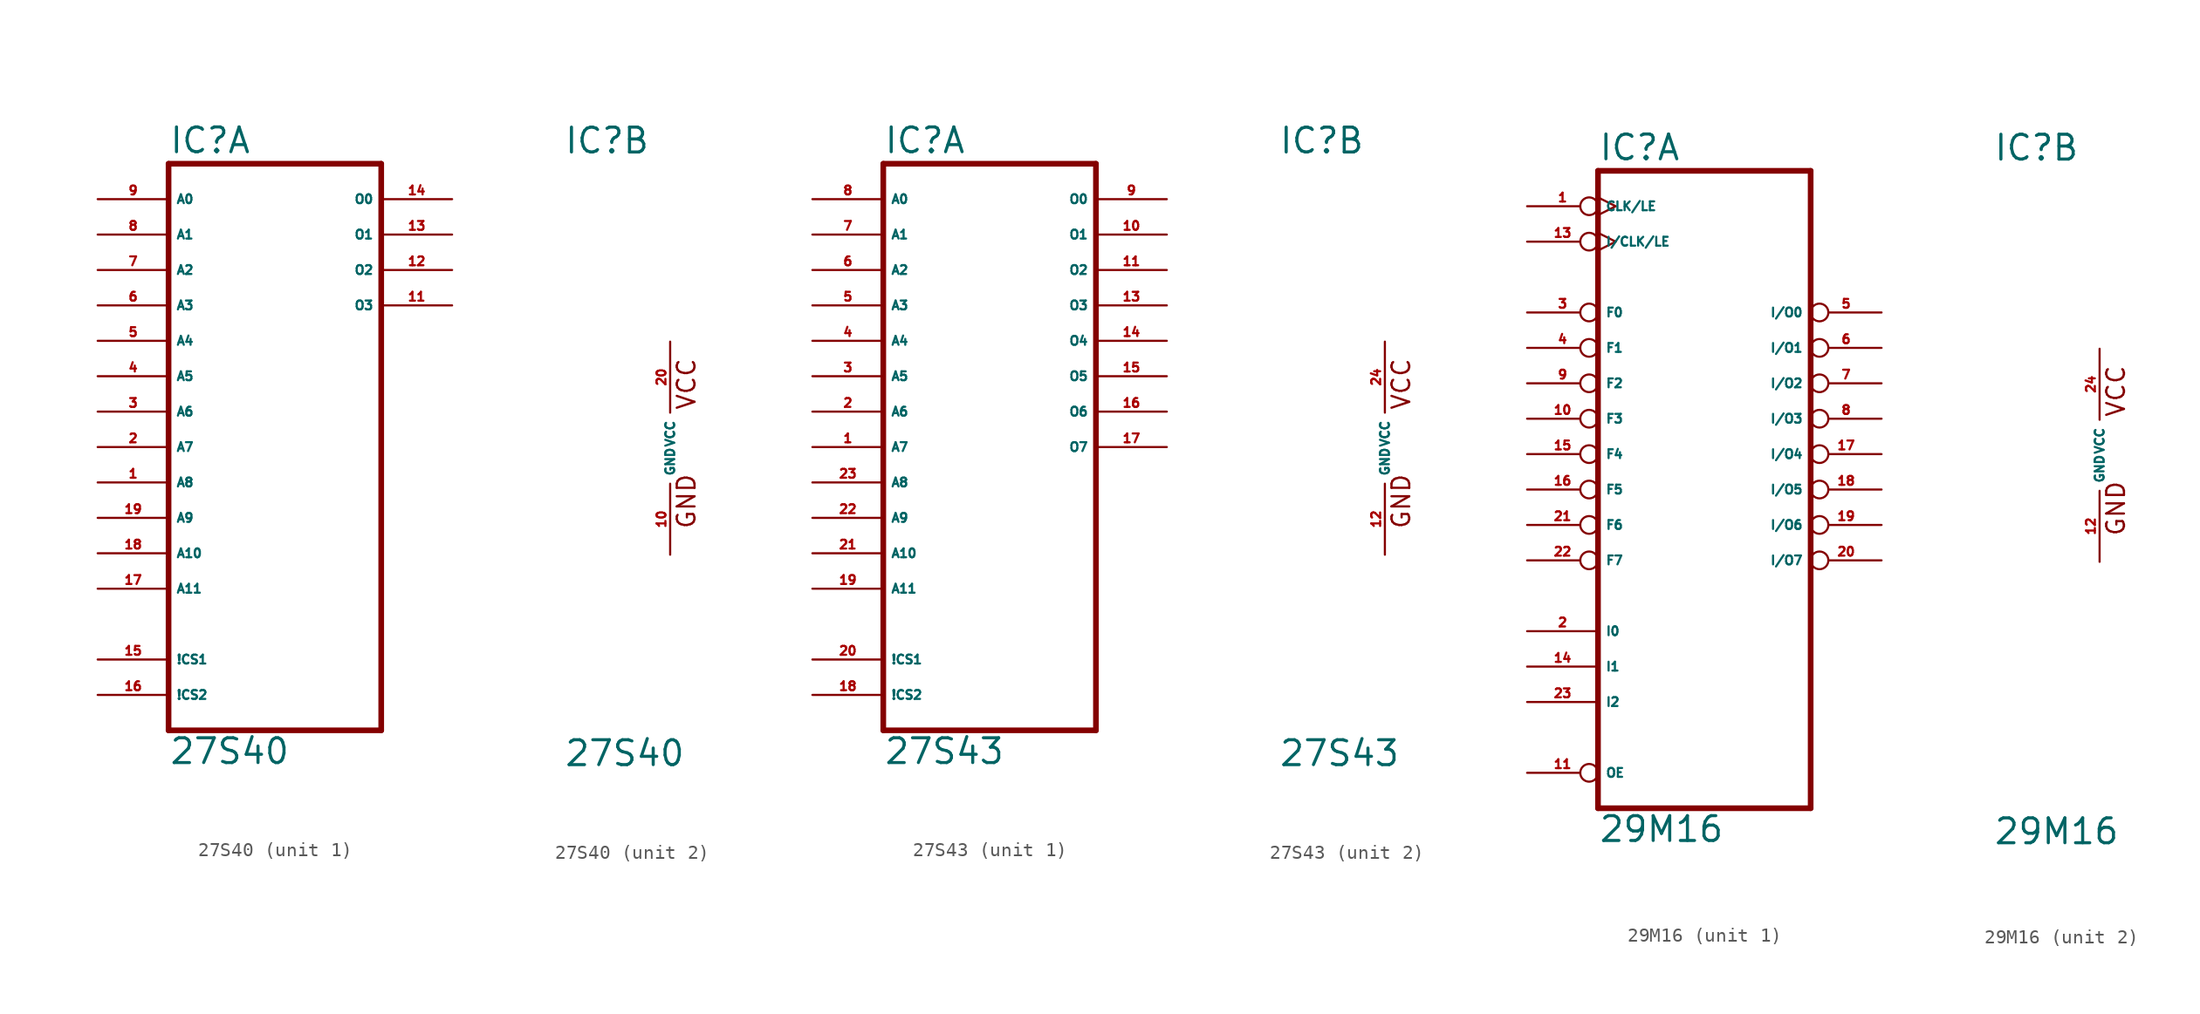
<source format=kicad_sym>
(kicad_symbol_lib
  (version 20220914)
  (generator Eagle2Kicad)
  (symbol "27S40"
    (property "Reference" "IC"
      (at -7.62 20.955 0)
      (effects (font (size 1.778 1.778) (thickness 0.22)) (justify left bottom)))
    (property "Value" "27S40"
      (at -7.62 -22.86 0)
      (effects (font (size 1.778 1.778) (thickness 0.22)) (justify left bottom)))
    (symbol "27S40_1_0"
      (polyline (pts (xy -7.62 -20.32) (xy 7.62 -20.32)) (stroke (width 0.406) (type default)) (fill (type none)))
      (polyline (pts (xy 7.62 -20.32) (xy 7.62 20.32)) (stroke (width 0.406) (type default)) (fill (type none)))
      (polyline (pts (xy 7.62 20.32) (xy -7.62 20.32)) (stroke (width 0.406) (type default)) (fill (type none)))
      (polyline (pts (xy -7.62 20.32) (xy -7.62 -20.32)) (stroke (width 0.406) (type default)) (fill (type none)))
      (pin input line (at -12.7 -2.54 0) (length 5.08) (name "A8" (effects (font (size 0.635 0.635) (thickness 0.08)) (justify left bottom))) (number "1" (effects (font (size 0.635 0.635) (thickness 0.08)) (justify left bottom))))
      (pin input line (at -12.7 0 0) (length 5.08) (name "A7" (effects (font (size 0.635 0.635) (thickness 0.08)) (justify left bottom))) (number "2" (effects (font (size 0.635 0.635) (thickness 0.08)) (justify left bottom))))
      (pin input line (at -12.7 2.54 0) (length 5.08) (name "A6" (effects (font (size 0.635 0.635) (thickness 0.08)) (justify left bottom))) (number "3" (effects (font (size 0.635 0.635) (thickness 0.08)) (justify left bottom))))
      (pin input line (at -12.7 5.08 0) (length 5.08) (name "A5" (effects (font (size 0.635 0.635) (thickness 0.08)) (justify left bottom))) (number "4" (effects (font (size 0.635 0.635) (thickness 0.08)) (justify left bottom))))
      (pin input line (at -12.7 7.62 0) (length 5.08) (name "A4" (effects (font (size 0.635 0.635) (thickness 0.08)) (justify left bottom))) (number "5" (effects (font (size 0.635 0.635) (thickness 0.08)) (justify left bottom))))
      (pin input line (at -12.7 10.16 0) (length 5.08) (name "A3" (effects (font (size 0.635 0.635) (thickness 0.08)) (justify left bottom))) (number "6" (effects (font (size 0.635 0.635) (thickness 0.08)) (justify left bottom))))
      (pin input line (at -12.7 12.7 0) (length 5.08) (name "A2" (effects (font (size 0.635 0.635) (thickness 0.08)) (justify left bottom))) (number "7" (effects (font (size 0.635 0.635) (thickness 0.08)) (justify left bottom))))
      (pin input line (at -12.7 15.24 0) (length 5.08) (name "A1" (effects (font (size 0.635 0.635) (thickness 0.08)) (justify left bottom))) (number "8" (effects (font (size 0.635 0.635) (thickness 0.08)) (justify left bottom))))
      (pin input line (at -12.7 17.78 0) (length 5.08) (name "A0" (effects (font (size 0.635 0.635) (thickness 0.08)) (justify left bottom))) (number "9" (effects (font (size 0.635 0.635) (thickness 0.08)) (justify left bottom))))
      (pin open_collector line (at 12.7 10.16 180) (length 5.08) (name "O3" (effects (font (size 0.635 0.635) (thickness 0.08)) (justify left bottom))) (number "11" (effects (font (size 0.635 0.635) (thickness 0.08)) (justify left bottom))))
      (pin open_collector line (at 12.7 12.7 180) (length 5.08) (name "O2" (effects (font (size 0.635 0.635) (thickness 0.08)) (justify left bottom))) (number "12" (effects (font (size 0.635 0.635) (thickness 0.08)) (justify left bottom))))
      (pin open_collector line (at 12.7 15.24 180) (length 5.08) (name "O1" (effects (font (size 0.635 0.635) (thickness 0.08)) (justify left bottom))) (number "13" (effects (font (size 0.635 0.635) (thickness 0.08)) (justify left bottom))))
      (pin open_collector line (at 12.7 17.78 180) (length 5.08) (name "O0" (effects (font (size 0.635 0.635) (thickness 0.08)) (justify left bottom))) (number "14" (effects (font (size 0.635 0.635) (thickness 0.08)) (justify left bottom))))
      (pin input line (at -12.7 -15.24 0) (length 5.08) (name "!CS1" (effects (font (size 0.635 0.635) (thickness 0.08)) (justify left bottom))) (number "15" (effects (font (size 0.635 0.635) (thickness 0.08)) (justify left bottom))))
      (pin input line (at -12.7 -17.78 0) (length 5.08) (name "!CS2" (effects (font (size 0.635 0.635) (thickness 0.08)) (justify left bottom))) (number "16" (effects (font (size 0.635 0.635) (thickness 0.08)) (justify left bottom))))
      (pin input line (at -12.7 -10.16 0) (length 5.08) (name "A11" (effects (font (size 0.635 0.635) (thickness 0.08)) (justify left bottom))) (number "17" (effects (font (size 0.635 0.635) (thickness 0.08)) (justify left bottom))))
      (pin input line (at -12.7 -7.62 0) (length 5.08) (name "A10" (effects (font (size 0.635 0.635) (thickness 0.08)) (justify left bottom))) (number "18" (effects (font (size 0.635 0.635) (thickness 0.08)) (justify left bottom))))
      (pin input line (at -12.7 -5.08 0) (length 5.08) (name "A9" (effects (font (size 0.635 0.635) (thickness 0.08)) (justify left bottom))) (number "19" (effects (font (size 0.635 0.635) (thickness 0.08)) (justify left bottom)))))
    (symbol "27S40_2_0"
      (text "GND" (at 1.905 -5.842 900) (effects (font (size 1.27 1.27) (thickness 0.16)) (justify left bottom)))
      (text "VCC" (at 1.905 2.667 900) (effects (font (size 1.27 1.27) (thickness 0.16)) (justify left bottom)))
      (pin unspecified line (at 0 -7.62 90) (length 5.08) (name "GND" (effects (font (size 0.635 0.635) (thickness 0.08)) (justify left bottom))) (number "10" (effects (font (size 0.635 0.635) (thickness 0.08)) (justify left bottom))))
      (pin unspecified line (at 0 7.62 270) (length 5.08) (name "VCC" (effects (font (size 0.635 0.635) (thickness 0.08)) (justify left bottom))) (number "20" (effects (font (size 0.635 0.635) (thickness 0.08)) (justify left bottom))))))
  (symbol "27S43"
    (property "Reference" "IC"
      (at -7.62 20.955 0)
      (effects (font (size 1.778 1.778) (thickness 0.22)) (justify left bottom)))
    (property "Value" "27S43"
      (at -7.62 -22.86 0)
      (effects (font (size 1.778 1.778) (thickness 0.22)) (justify left bottom)))
    (symbol "27S43_1_0"
      (polyline (pts (xy -7.62 -20.32) (xy 7.62 -20.32)) (stroke (width 0.406) (type default)) (fill (type none)))
      (polyline (pts (xy 7.62 -20.32) (xy 7.62 20.32)) (stroke (width 0.406) (type default)) (fill (type none)))
      (polyline (pts (xy 7.62 20.32) (xy -7.62 20.32)) (stroke (width 0.406) (type default)) (fill (type none)))
      (polyline (pts (xy -7.62 20.32) (xy -7.62 -20.32)) (stroke (width 0.406) (type default)) (fill (type none)))
      (pin input line (at -12.7 0 0) (length 5.08) (name "A7" (effects (font (size 0.635 0.635) (thickness 0.08)) (justify left bottom))) (number "1" (effects (font (size 0.635 0.635) (thickness 0.08)) (justify left bottom))))
      (pin input line (at -12.7 2.54 0) (length 5.08) (name "A6" (effects (font (size 0.635 0.635) (thickness 0.08)) (justify left bottom))) (number "2" (effects (font (size 0.635 0.635) (thickness 0.08)) (justify left bottom))))
      (pin input line (at -12.7 5.08 0) (length 5.08) (name "A5" (effects (font (size 0.635 0.635) (thickness 0.08)) (justify left bottom))) (number "3" (effects (font (size 0.635 0.635) (thickness 0.08)) (justify left bottom))))
      (pin input line (at -12.7 7.62 0) (length 5.08) (name "A4" (effects (font (size 0.635 0.635) (thickness 0.08)) (justify left bottom))) (number "4" (effects (font (size 0.635 0.635) (thickness 0.08)) (justify left bottom))))
      (pin input line (at -12.7 10.16 0) (length 5.08) (name "A3" (effects (font (size 0.635 0.635) (thickness 0.08)) (justify left bottom))) (number "5" (effects (font (size 0.635 0.635) (thickness 0.08)) (justify left bottom))))
      (pin input line (at -12.7 12.7 0) (length 5.08) (name "A2" (effects (font (size 0.635 0.635) (thickness 0.08)) (justify left bottom))) (number "6" (effects (font (size 0.635 0.635) (thickness 0.08)) (justify left bottom))))
      (pin input line (at -12.7 15.24 0) (length 5.08) (name "A1" (effects (font (size 0.635 0.635) (thickness 0.08)) (justify left bottom))) (number "7" (effects (font (size 0.635 0.635) (thickness 0.08)) (justify left bottom))))
      (pin input line (at -12.7 17.78 0) (length 5.08) (name "A0" (effects (font (size 0.635 0.635) (thickness 0.08)) (justify left bottom))) (number "8" (effects (font (size 0.635 0.635) (thickness 0.08)) (justify left bottom))))
      (pin tri_state line (at 12.7 17.78 180) (length 5.08) (name "O0" (effects (font (size 0.635 0.635) (thickness 0.08)) (justify left bottom))) (number "9" (effects (font (size 0.635 0.635) (thickness 0.08)) (justify left bottom))))
      (pin tri_state line (at 12.7 15.24 180) (length 5.08) (name "O1" (effects (font (size 0.635 0.635) (thickness 0.08)) (justify left bottom))) (number "10" (effects (font (size 0.635 0.635) (thickness 0.08)) (justify left bottom))))
      (pin tri_state line (at 12.7 12.7 180) (length 5.08) (name "O2" (effects (font (size 0.635 0.635) (thickness 0.08)) (justify left bottom))) (number "11" (effects (font (size 0.635 0.635) (thickness 0.08)) (justify left bottom))))
      (pin tri_state line (at 12.7 10.16 180) (length 5.08) (name "O3" (effects (font (size 0.635 0.635) (thickness 0.08)) (justify left bottom))) (number "13" (effects (font (size 0.635 0.635) (thickness 0.08)) (justify left bottom))))
      (pin tri_state line (at 12.7 7.62 180) (length 5.08) (name "O4" (effects (font (size 0.635 0.635) (thickness 0.08)) (justify left bottom))) (number "14" (effects (font (size 0.635 0.635) (thickness 0.08)) (justify left bottom))))
      (pin tri_state line (at 12.7 5.08 180) (length 5.08) (name "O5" (effects (font (size 0.635 0.635) (thickness 0.08)) (justify left bottom))) (number "15" (effects (font (size 0.635 0.635) (thickness 0.08)) (justify left bottom))))
      (pin tri_state line (at 12.7 2.54 180) (length 5.08) (name "O6" (effects (font (size 0.635 0.635) (thickness 0.08)) (justify left bottom))) (number "16" (effects (font (size 0.635 0.635) (thickness 0.08)) (justify left bottom))))
      (pin tri_state line (at 12.7 0 180) (length 5.08) (name "O7" (effects (font (size 0.635 0.635) (thickness 0.08)) (justify left bottom))) (number "17" (effects (font (size 0.635 0.635) (thickness 0.08)) (justify left bottom))))
      (pin input line (at -12.7 -17.78 0) (length 5.08) (name "!CS2" (effects (font (size 0.635 0.635) (thickness 0.08)) (justify left bottom))) (number "18" (effects (font (size 0.635 0.635) (thickness 0.08)) (justify left bottom))))
      (pin input line (at -12.7 -10.16 0) (length 5.08) (name "A11" (effects (font (size 0.635 0.635) (thickness 0.08)) (justify left bottom))) (number "19" (effects (font (size 0.635 0.635) (thickness 0.08)) (justify left bottom))))
      (pin input line (at -12.7 -15.24 0) (length 5.08) (name "!CS1" (effects (font (size 0.635 0.635) (thickness 0.08)) (justify left bottom))) (number "20" (effects (font (size 0.635 0.635) (thickness 0.08)) (justify left bottom))))
      (pin input line (at -12.7 -7.62 0) (length 5.08) (name "A10" (effects (font (size 0.635 0.635) (thickness 0.08)) (justify left bottom))) (number "21" (effects (font (size 0.635 0.635) (thickness 0.08)) (justify left bottom))))
      (pin input line (at -12.7 -5.08 0) (length 5.08) (name "A9" (effects (font (size 0.635 0.635) (thickness 0.08)) (justify left bottom))) (number "22" (effects (font (size 0.635 0.635) (thickness 0.08)) (justify left bottom))))
      (pin input line (at -12.7 -2.54 0) (length 5.08) (name "A8" (effects (font (size 0.635 0.635) (thickness 0.08)) (justify left bottom))) (number "23" (effects (font (size 0.635 0.635) (thickness 0.08)) (justify left bottom)))))
    (symbol "27S43_2_0"
      (text "GND" (at 1.905 -5.842 900) (effects (font (size 1.27 1.27) (thickness 0.16)) (justify left bottom)))
      (text "VCC" (at 1.905 2.667 900) (effects (font (size 1.27 1.27) (thickness 0.16)) (justify left bottom)))
      (pin unspecified line (at 0 -7.62 90) (length 5.08) (name "GND" (effects (font (size 0.635 0.635) (thickness 0.08)) (justify left bottom))) (number "12" (effects (font (size 0.635 0.635) (thickness 0.08)) (justify left bottom))))
      (pin unspecified line (at 0 7.62 270) (length 5.08) (name "VCC" (effects (font (size 0.635 0.635) (thickness 0.08)) (justify left bottom))) (number "24" (effects (font (size 0.635 0.635) (thickness 0.08)) (justify left bottom))))))
  (symbol "29M16"
    (property "Reference" "IC"
      (at -7.62 20.955 0)
      (effects (font (size 1.778 1.778) (thickness 0.22)) (justify left bottom)))
    (property "Value" "29M16"
      (at -7.62 -27.94 0)
      (effects (font (size 1.778 1.778) (thickness 0.22)) (justify left bottom)))
    (symbol "29M16_1_0"
      (polyline (pts (xy -7.62 20.32) (xy 7.62 20.32)) (stroke (width 0.406) (type default)) (fill (type none)))
      (polyline (pts (xy 7.62 -25.4) (xy 7.62 20.32)) (stroke (width 0.406) (type default)) (fill (type none)))
      (polyline (pts (xy 7.62 -25.4) (xy -7.62 -25.4)) (stroke (width 0.406) (type default)) (fill (type none)))
      (polyline (pts (xy -7.62 20.32) (xy -7.62 -25.4)) (stroke (width 0.406) (type default)) (fill (type none)))
      (pin input line (at -12.7 -12.7 0) (length 5.08) (name "I0" (effects (font (size 0.635 0.635) (thickness 0.08)) (justify left bottom))) (number "2" (effects (font (size 0.635 0.635) (thickness 0.08)) (justify left bottom))))
      (pin bidirectional inverted (at -12.7 10.16 0) (length 5.08) (name "F0" (effects (font (size 0.635 0.635) (thickness 0.08)) (justify left bottom))) (number "3" (effects (font (size 0.635 0.635) (thickness 0.08)) (justify left bottom))))
      (pin bidirectional inverted (at -12.7 7.62 0) (length 5.08) (name "F1" (effects (font (size 0.635 0.635) (thickness 0.08)) (justify left bottom))) (number "4" (effects (font (size 0.635 0.635) (thickness 0.08)) (justify left bottom))))
      (pin input line (at -12.7 -15.24 0) (length 5.08) (name "I1" (effects (font (size 0.635 0.635) (thickness 0.08)) (justify left bottom))) (number "14" (effects (font (size 0.635 0.635) (thickness 0.08)) (justify left bottom))))
      (pin input line (at -12.7 -17.78 0) (length 5.08) (name "I2" (effects (font (size 0.635 0.635) (thickness 0.08)) (justify left bottom))) (number "23" (effects (font (size 0.635 0.635) (thickness 0.08)) (justify left bottom))))
      (pin bidirectional inverted (at -12.7 5.08 0) (length 5.08) (name "F2" (effects (font (size 0.635 0.635) (thickness 0.08)) (justify left bottom))) (number "9" (effects (font (size 0.635 0.635) (thickness 0.08)) (justify left bottom))))
      (pin bidirectional inverted (at -12.7 2.54 0) (length 5.08) (name "F3" (effects (font (size 0.635 0.635) (thickness 0.08)) (justify left bottom))) (number "10" (effects (font (size 0.635 0.635) (thickness 0.08)) (justify left bottom))))
      (pin bidirectional inverted (at 12.7 7.62 180) (length 5.08) (name "I/O1" (effects (font (size 0.635 0.635) (thickness 0.08)) (justify left bottom))) (number "6" (effects (font (size 0.635 0.635) (thickness 0.08)) (justify left bottom))))
      (pin bidirectional inverted (at 12.7 5.08 180) (length 5.08) (name "I/O2" (effects (font (size 0.635 0.635) (thickness 0.08)) (justify left bottom))) (number "7" (effects (font (size 0.635 0.635) (thickness 0.08)) (justify left bottom))))
      (pin bidirectional inverted (at 12.7 2.54 180) (length 5.08) (name "I/O3" (effects (font (size 0.635 0.635) (thickness 0.08)) (justify left bottom))) (number "8" (effects (font (size 0.635 0.635) (thickness 0.08)) (justify left bottom))))
      (pin bidirectional inverted (at 12.7 0 180) (length 5.08) (name "I/O4" (effects (font (size 0.635 0.635) (thickness 0.08)) (justify left bottom))) (number "17" (effects (font (size 0.635 0.635) (thickness 0.08)) (justify left bottom))))
      (pin bidirectional inverted (at 12.7 -2.54 180) (length 5.08) (name "I/O5" (effects (font (size 0.635 0.635) (thickness 0.08)) (justify left bottom))) (number "18" (effects (font (size 0.635 0.635) (thickness 0.08)) (justify left bottom))))
      (pin bidirectional inverted (at 12.7 -5.08 180) (length 5.08) (name "I/O6" (effects (font (size 0.635 0.635) (thickness 0.08)) (justify left bottom))) (number "19" (effects (font (size 0.635 0.635) (thickness 0.08)) (justify left bottom))))
      (pin bidirectional inverted (at 12.7 -7.62 180) (length 5.08) (name "I/O7" (effects (font (size 0.635 0.635) (thickness 0.08)) (justify left bottom))) (number "20" (effects (font (size 0.635 0.635) (thickness 0.08)) (justify left bottom))))
      (pin bidirectional inverted (at -12.7 0 0) (length 5.08) (name "F4" (effects (font (size 0.635 0.635) (thickness 0.08)) (justify left bottom))) (number "15" (effects (font (size 0.635 0.635) (thickness 0.08)) (justify left bottom))))
      (pin bidirectional inverted (at 12.7 10.16 180) (length 5.08) (name "I/O0" (effects (font (size 0.635 0.635) (thickness 0.08)) (justify left bottom))) (number "5" (effects (font (size 0.635 0.635) (thickness 0.08)) (justify left bottom))))
      (pin input inverted_clock (at -12.7 17.78 0) (length 5.08) (name "CLK/LE" (effects (font (size 0.635 0.635) (thickness 0.08)) (justify left bottom))) (number "1" (effects (font (size 0.635 0.635) (thickness 0.08)) (justify left bottom))))
      (pin bidirectional inverted (at -12.7 -2.54 0) (length 5.08) (name "F5" (effects (font (size 0.635 0.635) (thickness 0.08)) (justify left bottom))) (number "16" (effects (font (size 0.635 0.635) (thickness 0.08)) (justify left bottom))))
      (pin bidirectional inverted (at -12.7 -5.08 0) (length 5.08) (name "F6" (effects (font (size 0.635 0.635) (thickness 0.08)) (justify left bottom))) (number "21" (effects (font (size 0.635 0.635) (thickness 0.08)) (justify left bottom))))
      (pin bidirectional inverted (at -12.7 -7.62 0) (length 5.08) (name "F7" (effects (font (size 0.635 0.635) (thickness 0.08)) (justify left bottom))) (number "22" (effects (font (size 0.635 0.635) (thickness 0.08)) (justify left bottom))))
      (pin input inverted (at -12.7 -22.86 0) (length 5.08) (name "OE" (effects (font (size 0.635 0.635) (thickness 0.08)) (justify left bottom))) (number "11" (effects (font (size 0.635 0.635) (thickness 0.08)) (justify left bottom))))
      (pin input inverted_clock (at -12.7 15.24 0) (length 5.08) (name "I/CLK/LE" (effects (font (size 0.635 0.635) (thickness 0.08)) (justify left bottom))) (number "13" (effects (font (size 0.635 0.635) (thickness 0.08)) (justify left bottom)))))
    (symbol "29M16_2_0"
      (text "GND" (at 1.905 -5.842 900) (effects (font (size 1.27 1.27) (thickness 0.16)) (justify left bottom)))
      (text "VCC" (at 1.905 2.667 900) (effects (font (size 1.27 1.27) (thickness 0.16)) (justify left bottom)))
      (pin unspecified line (at 0 -7.62 90) (length 5.08) (name "GND" (effects (font (size 0.635 0.635) (thickness 0.08)) (justify left bottom))) (number "12" (effects (font (size 0.635 0.635) (thickness 0.08)) (justify left bottom))))
      (pin unspecified line (at 0 7.62 270) (length 5.08) (name "VCC" (effects (font (size 0.635 0.635) (thickness 0.08)) (justify left bottom))) (number "24" (effects (font (size 0.635 0.635) (thickness 0.08)) (justify left bottom)))))))
</source>
